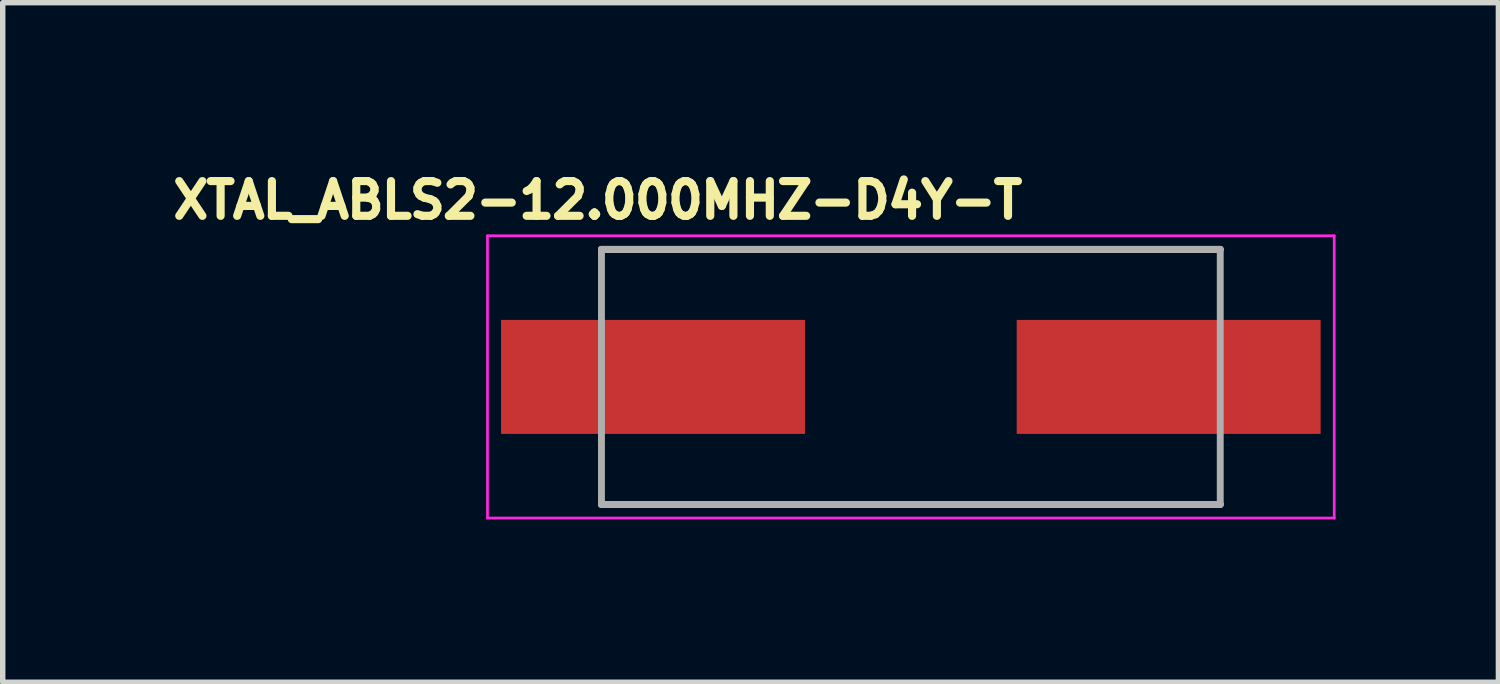
<source format=kicad_pcb>
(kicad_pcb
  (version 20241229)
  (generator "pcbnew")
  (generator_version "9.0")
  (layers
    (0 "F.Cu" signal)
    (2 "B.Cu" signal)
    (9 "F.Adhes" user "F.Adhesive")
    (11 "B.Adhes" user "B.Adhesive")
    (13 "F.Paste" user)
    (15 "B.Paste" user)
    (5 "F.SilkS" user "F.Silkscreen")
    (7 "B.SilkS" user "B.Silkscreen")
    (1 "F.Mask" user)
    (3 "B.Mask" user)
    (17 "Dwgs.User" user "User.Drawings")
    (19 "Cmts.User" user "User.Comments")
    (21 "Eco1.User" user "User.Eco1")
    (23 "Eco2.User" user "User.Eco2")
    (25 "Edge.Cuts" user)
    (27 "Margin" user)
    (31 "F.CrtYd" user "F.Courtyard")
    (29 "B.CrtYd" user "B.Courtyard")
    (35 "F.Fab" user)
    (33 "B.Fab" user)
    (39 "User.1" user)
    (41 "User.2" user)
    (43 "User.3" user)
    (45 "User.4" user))
  (footprint "XTAL_ABLS2-12.000MHZ-D4Y-T"
    (layer "F.Cu")
    (at 13.731 3.894)
    (property "Reference" "XTAL_ABLS2-12.000MHZ-D4Y-T" (at -5.768 -3.256 0) (layer "F.SilkS") (effects (font (size 0.64 0.64) (thickness 0.15))))
    (attr through_hole)
    (fp_line (start -5.7 -2.35) (end 5.7 -2.35) (stroke (width 0.127) (type solid)) (layer "F.SilkS"))
    (fp_line (start -5.7 2.35) (end 5.7 2.35) (stroke (width 0.127) (type solid)) (layer "F.SilkS"))
    (fp_line (start -7.8 -2.6) (end -7.8 2.6) (stroke (width 0.05) (type solid)) (layer "F.CrtYd"))
    (fp_line (start -7.8 2.6) (end 7.8 2.6) (stroke (width 0.05) (type solid)) (layer "F.CrtYd"))
    (fp_line (start 7.8 -2.6) (end -7.8 -2.6) (stroke (width 0.05) (type solid)) (layer "F.CrtYd"))
    (fp_line (start 7.8 2.6) (end 7.8 -2.6) (stroke (width 0.05) (type solid)) (layer "F.CrtYd"))
    (fp_line (start -5.7 -2.35) (end -5.7 2.35) (stroke (width 0.127) (type solid)) (layer "F.Fab"))
    (fp_line (start -5.7 -2.35) (end 5.7 -2.35) (stroke (width 0.127) (type solid)) (layer "F.Fab"))
    (fp_line (start -5.7 2.35) (end 5.7 2.35) (stroke (width 0.127) (type solid)) (layer "F.Fab"))
    (fp_line (start 5.7 -2.35) (end 5.7 2.35) (stroke (width 0.127) (type solid)) (layer "F.Fab"))
    (pad "1" smd rect (at -4.75 0) (size 5.6 2.1) (layers "F.Cu" "F.Mask" "F.Paste"))
    (pad "2" smd rect (at 4.75 0) (size 5.6 2.1) (layers "F.Cu" "F.Mask" "F.Paste")))
  (gr_rect
    (start -3 -3)
    (end 24.556 9.519)
    (stroke (width 0.1) (type default))
    (fill no)
    (layer "Edge.Cuts")))
</source>
